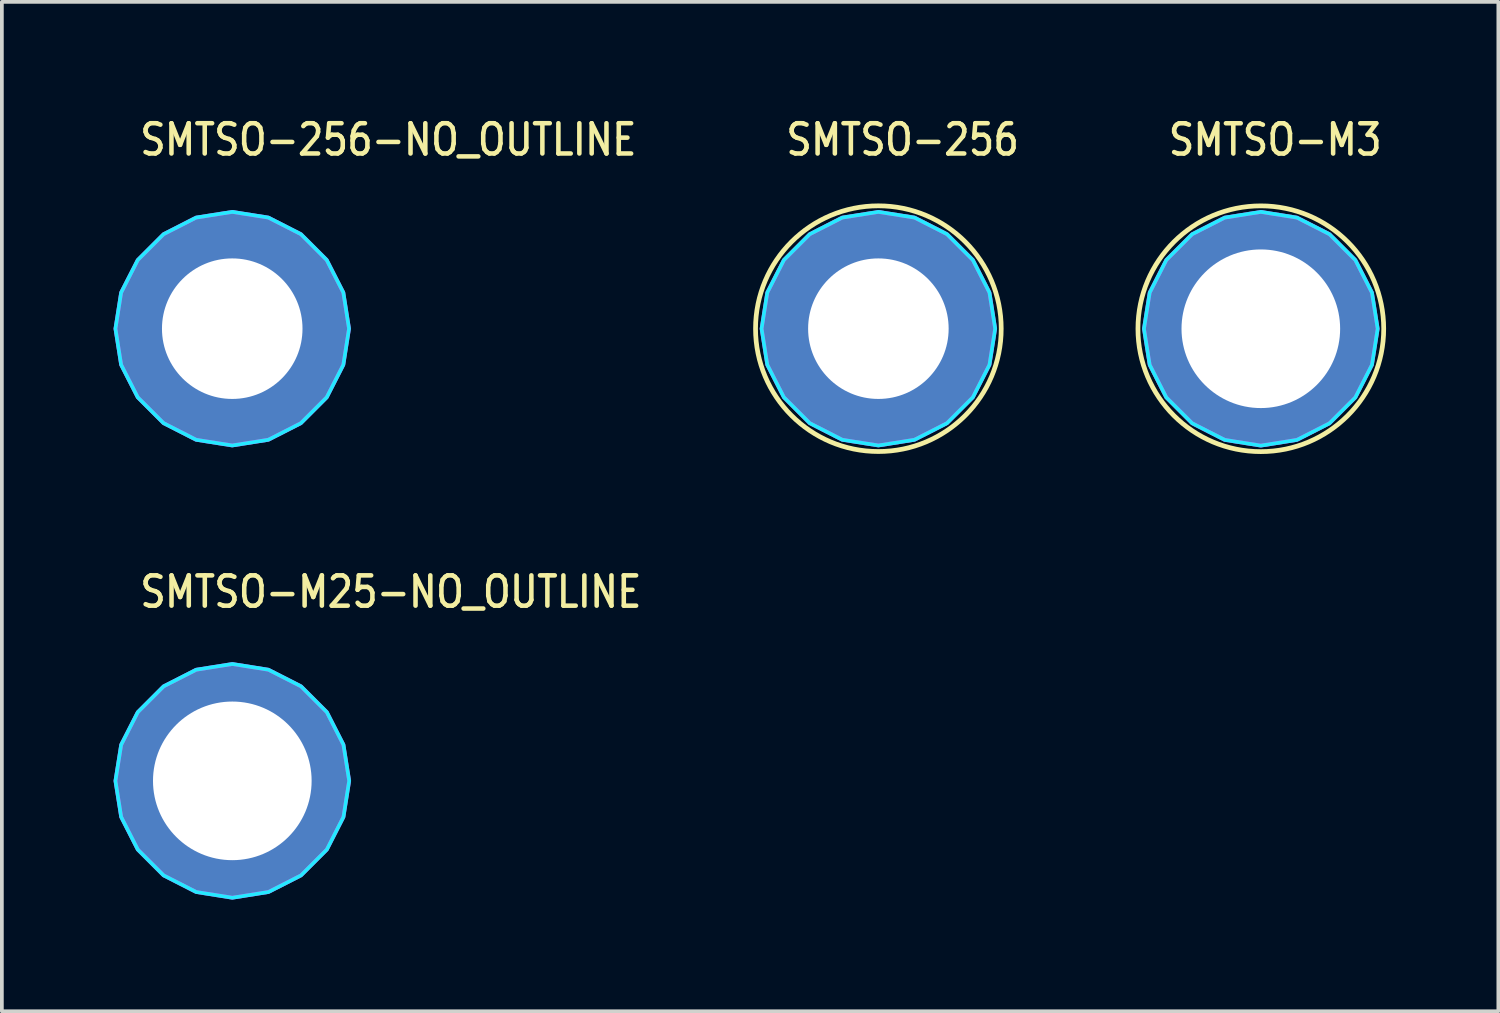
<source format=kicad_pcb>
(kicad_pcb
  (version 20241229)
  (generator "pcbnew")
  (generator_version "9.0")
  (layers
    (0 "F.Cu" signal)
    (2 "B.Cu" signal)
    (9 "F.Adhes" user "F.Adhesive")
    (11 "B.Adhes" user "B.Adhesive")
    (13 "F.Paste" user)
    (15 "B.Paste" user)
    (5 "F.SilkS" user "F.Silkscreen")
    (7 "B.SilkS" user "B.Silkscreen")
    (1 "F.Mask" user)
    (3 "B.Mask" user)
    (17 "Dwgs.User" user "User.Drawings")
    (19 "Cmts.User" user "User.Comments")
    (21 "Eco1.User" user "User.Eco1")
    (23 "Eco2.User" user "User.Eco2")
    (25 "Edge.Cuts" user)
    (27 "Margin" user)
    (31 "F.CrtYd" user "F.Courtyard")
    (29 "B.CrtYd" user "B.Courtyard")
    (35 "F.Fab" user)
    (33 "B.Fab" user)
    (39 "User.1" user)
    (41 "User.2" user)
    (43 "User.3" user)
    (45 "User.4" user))
  (footprint "SMTSO-M25-NO_OUTLINE"
    (layer "F.Cu")
    (at 3.189 17.921)
    (property "Reference" "SMTSO-M25-NO_OUTLINE" (at -2.54 -4.6 0) (unlocked yes) (layer "F.SilkS") (effects (font (size 0.813 0.695) (thickness 0.122)) (justify left bottom)))
    (fp_poly (pts (xy -2.976 -0.538) (xy 2.976 -0.538) (xy 2.14 -0.538) (xy -2.14 -0.538)) (stroke (width 0.076) (type solid)) (fill yes) (layer "F.Paste"))
    (fp_poly (pts (xy 2.976 0.538) (xy -2.976 0.538) (xy -2.14 0.538) (xy 2.14 0.538)) (stroke (width 0.076) (type solid)) (fill yes) (layer "F.Paste"))
    (fp_poly (pts (xy 3.139 0) (xy 2.985 -0.97) (xy 2.539 -1.845) (xy 1.845 -2.539) (xy 0.97 -2.985) (xy 0 -3.139) (xy -0.97 -2.985) (xy -1.845 -2.539) (xy -2.539 -1.845) (xy -2.985 -0.97) (xy -3.139 0) (xy -2.985 0.97) (xy -2.539 1.845) (xy -1.845 2.539) (xy -0.97 2.985) (xy 0 3.139) (xy 0.97 2.985) (xy 1.845 2.539) (xy 2.539 1.845) (xy 2.985 0.97)) (stroke (width 0.1) (type solid)) (fill no) (layer "B.CrtYd"))
    (fp_poly (pts (xy 3.139 0) (xy 2.985 -0.97) (xy 2.539 -1.845) (xy 1.845 -2.539) (xy 0.97 -2.985) (xy 0 -3.139) (xy -0.97 -2.985) (xy -1.845 -2.539) (xy -2.539 -1.845) (xy -2.985 -0.97) (xy -3.139 0) (xy -2.985 0.97) (xy -2.539 1.845) (xy -1.845 2.539) (xy -0.97 2.985) (xy 0 3.139) (xy 0.97 2.985) (xy 1.845 2.539) (xy 2.539 1.845) (xy 2.985 0.97)) (stroke (width 0.1) (type solid)) (fill no) (layer "F.CrtYd"))
    (pad "P$1" thru_hole oval (at 0 0) (size 6.2 6.2) (drill 4.26) (layers "*.Cu" "*.Mask")))
  (footprint "SMTSO-256-NO_OUTLINE"
    (layer "F.Cu")
    (at 3.187 5.777)
    (property "Reference" "SMTSO-256-NO_OUTLINE" (at -2.54 -4.599 0) (unlocked yes) (layer "F.SilkS") (effects (font (size 0.813 0.695) (thickness 0.122)) (justify left bottom)))
    (fp_poly (pts (xy -2.974 -0.538) (xy 2.974 -0.538) (xy 1.888 -0.538) (xy -1.888 -0.538)) (stroke (width 0.076) (type solid)) (fill yes) (layer "F.Paste"))
    (fp_poly (pts (xy 2.974 0.538) (xy -2.974 0.538) (xy -1.888 0.538) (xy 1.888 0.538)) (stroke (width 0.076) (type solid)) (fill yes) (layer "F.Paste"))
    (fp_poly (pts (xy 3.137 0) (xy 2.984 -0.97) (xy 2.538 -1.844) (xy 1.844 -2.538) (xy 0.97 -2.984) (xy 0 -3.137) (xy -0.97 -2.984) (xy -1.844 -2.538) (xy -2.538 -1.844) (xy -2.984 -0.97) (xy -3.137 0) (xy -2.984 0.97) (xy -2.538 1.844) (xy -1.844 2.538) (xy -0.97 2.984) (xy 0 3.137) (xy 0.97 2.984) (xy 1.844 2.538) (xy 2.538 1.844) (xy 2.984 0.97)) (stroke (width 0.1) (type solid)) (fill no) (layer "B.CrtYd"))
    (fp_poly (pts (xy 3.137 0) (xy 2.984 -0.97) (xy 2.538 -1.844) (xy 1.844 -2.538) (xy 0.97 -2.984) (xy 0 -3.137) (xy -0.97 -2.984) (xy -1.844 -2.538) (xy -2.538 -1.844) (xy -2.984 -0.97) (xy -3.137 0) (xy -2.984 0.97) (xy -2.538 1.844) (xy -1.844 2.538) (xy -0.97 2.984) (xy 0 3.137) (xy 0.97 2.984) (xy 1.844 2.538) (xy 2.538 1.844) (xy 2.984 0.97)) (stroke (width 0.1) (type solid)) (fill no) (layer "F.CrtYd"))
    (pad "P$1" thru_hole oval (at 0 0) (size 6.198 6.198) (drill 3.774) (layers "*.Cu" "*.Mask")))
  (footprint "SMTSO-256"
    (layer "F.Cu")
    (at 20.54 5.777)
    (property "Reference" "SMTSO-256" (at -2.54 -4.599 0) (unlocked yes) (layer "F.SilkS") (effects (font (size 0.813 0.695) (thickness 0.122)) (justify left bottom)))
    (fp_circle (center 0 0) (end 3.299 0) (stroke (width 0.127) (type solid)) (fill no) (layer "F.SilkS"))
    (fp_poly (pts (xy -2.974 -0.538) (xy 2.974 -0.538) (xy 1.888 -0.538) (xy -1.888 -0.538)) (stroke (width 0.076) (type solid)) (fill yes) (layer "F.Paste"))
    (fp_poly (pts (xy 2.974 0.538) (xy -2.974 0.538) (xy -1.888 0.538) (xy 1.888 0.538)) (stroke (width 0.076) (type solid)) (fill yes) (layer "F.Paste"))
    (fp_poly (pts (xy 3.137 0) (xy 2.984 -0.97) (xy 2.538 -1.844) (xy 1.844 -2.538) (xy 0.97 -2.984) (xy 0 -3.137) (xy -0.97 -2.984) (xy -1.844 -2.538) (xy -2.538 -1.844) (xy -2.984 -0.97) (xy -3.137 0) (xy -2.984 0.97) (xy -2.538 1.844) (xy -1.844 2.538) (xy -0.97 2.984) (xy 0 3.137) (xy 0.97 2.984) (xy 1.844 2.538) (xy 2.538 1.844) (xy 2.984 0.97)) (stroke (width 0.1) (type solid)) (fill no) (layer "B.CrtYd"))
    (fp_poly (pts (xy 3.137 0) (xy 2.984 -0.97) (xy 2.538 -1.844) (xy 1.844 -2.538) (xy 0.97 -2.984) (xy 0 -3.137) (xy -0.97 -2.984) (xy -1.844 -2.538) (xy -2.538 -1.844) (xy -2.984 -0.97) (xy -3.137 0) (xy -2.984 0.97) (xy -2.538 1.844) (xy -1.844 2.538) (xy -0.97 2.984) (xy 0 3.137) (xy 0.97 2.984) (xy 1.844 2.538) (xy 2.538 1.844) (xy 2.984 0.97)) (stroke (width 0.1) (type solid)) (fill no) (layer "F.CrtYd"))
    (pad "P$1" thru_hole oval (at 0 0) (size 6.198 6.198) (drill 3.774) (layers "*.Cu" "*.Mask")))
  (footprint "SMTSO-M3"
    (layer "F.Cu")
    (at 30.811 5.779)
    (property "Reference" "SMTSO-M3" (at -2.54 -4.6 0) (unlocked yes) (layer "F.SilkS") (effects (font (size 0.813 0.695) (thickness 0.122)) (justify left bottom)))
    (fp_circle (center 0 0) (end 3.3 0) (stroke (width 0.127) (type solid)) (fill no) (layer "F.SilkS"))
    (fp_poly (pts (xy -2.976 -0.538) (xy 2.976 -0.538) (xy 2.14 -0.538) (xy -2.14 -0.538)) (stroke (width 0.076) (type solid)) (fill yes) (layer "F.Paste"))
    (fp_poly (pts (xy 2.976 0.538) (xy -2.976 0.538) (xy -2.14 0.538) (xy 2.14 0.538)) (stroke (width 0.076) (type solid)) (fill yes) (layer "F.Paste"))
    (fp_poly (pts (xy 3.139 0) (xy 2.985 -0.97) (xy 2.539 -1.845) (xy 1.845 -2.539) (xy 0.97 -2.985) (xy 0 -3.139) (xy -0.97 -2.985) (xy -1.845 -2.539) (xy -2.539 -1.845) (xy -2.985 -0.97) (xy -3.139 0) (xy -2.985 0.97) (xy -2.539 1.845) (xy -1.845 2.539) (xy -0.97 2.985) (xy 0 3.139) (xy 0.97 2.985) (xy 1.845 2.539) (xy 2.539 1.845) (xy 2.985 0.97)) (stroke (width 0.1) (type solid)) (fill no) (layer "B.CrtYd"))
    (fp_poly (pts (xy 3.139 0) (xy 2.985 -0.97) (xy 2.539 -1.845) (xy 1.845 -2.539) (xy 0.97 -2.985) (xy 0 -3.139) (xy -0.97 -2.985) (xy -1.845 -2.539) (xy -2.539 -1.845) (xy -2.985 -0.97) (xy -3.139 0) (xy -2.985 0.97) (xy -2.539 1.845) (xy -1.845 2.539) (xy -0.97 2.985) (xy 0 3.139) (xy 0.97 2.985) (xy 1.845 2.539) (xy 2.539 1.845) (xy 2.985 0.97)) (stroke (width 0.1) (type solid)) (fill no) (layer "F.CrtYd"))
    (pad "P$1" thru_hole oval (at 0 0) (size 6.2 6.2) (drill 4.26) (layers "*.Cu" "*.Mask")))
  (gr_rect
    (start -3 -3)
    (end 37.19 24.109)
    (stroke (width 0.1) (type default))
    (fill no)
    (layer "Edge.Cuts")))
</source>
